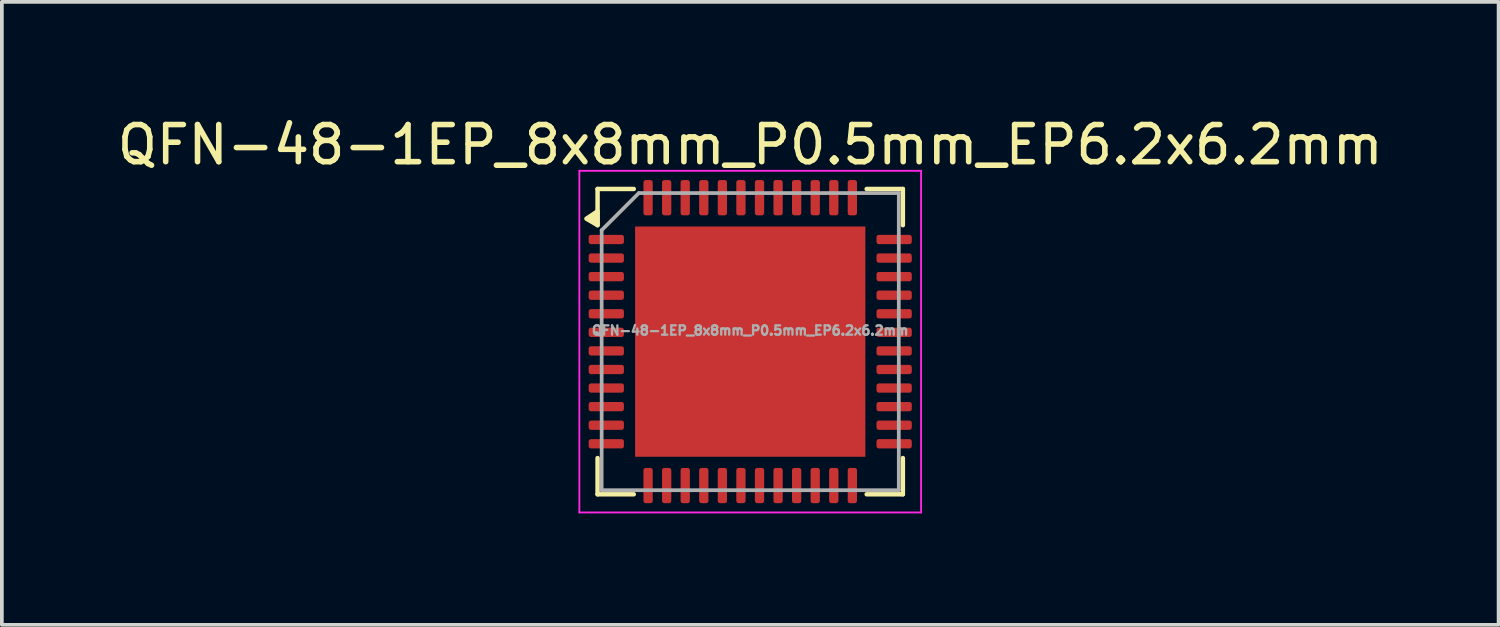
<source format=kicad_pcb>
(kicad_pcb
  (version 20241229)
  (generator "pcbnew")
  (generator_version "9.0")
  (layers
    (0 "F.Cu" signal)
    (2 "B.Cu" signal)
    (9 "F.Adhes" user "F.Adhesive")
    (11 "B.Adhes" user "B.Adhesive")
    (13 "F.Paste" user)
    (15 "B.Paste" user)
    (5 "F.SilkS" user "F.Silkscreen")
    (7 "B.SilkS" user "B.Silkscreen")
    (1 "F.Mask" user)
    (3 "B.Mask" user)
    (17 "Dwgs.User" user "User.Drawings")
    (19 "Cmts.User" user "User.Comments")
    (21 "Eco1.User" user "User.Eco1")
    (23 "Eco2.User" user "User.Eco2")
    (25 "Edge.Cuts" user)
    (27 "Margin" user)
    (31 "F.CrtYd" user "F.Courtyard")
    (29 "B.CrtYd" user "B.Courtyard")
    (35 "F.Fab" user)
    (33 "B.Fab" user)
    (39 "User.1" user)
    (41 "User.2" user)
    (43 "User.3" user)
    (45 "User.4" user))
  (footprint "QFN-48-1EP_8x8mm_P0.5mm_EP6.2x6.2mm"
    (layer "F.Cu")
    (at 17.149 6.148)
    (property "Reference" "QFN-48-1EP_8x8mm_P0.5mm_EP6.2x6.2mm" (at 0 -5.3 0) (layer "F.SilkS") (effects (font (size 1 1) (thickness 0.15))))
    (attr smd)
    (fp_line (start -4.11 -3.135) (end -4.11 -4.11) (stroke (width 0.12) (type solid)) (layer "F.SilkS"))
    (fp_line (start -4.11 4.11) (end -4.11 3.135) (stroke (width 0.12) (type solid)) (layer "F.SilkS"))
    (fp_line (start -3.135 -4.11) (end -4.11 -4.11) (stroke (width 0.12) (type solid)) (layer "F.SilkS"))
    (fp_line (start -3.135 4.11) (end -4.11 4.11) (stroke (width 0.12) (type solid)) (layer "F.SilkS"))
    (fp_line (start 3.135 -4.11) (end 4.11 -4.11) (stroke (width 0.12) (type solid)) (layer "F.SilkS"))
    (fp_line (start 3.135 4.11) (end 4.11 4.11) (stroke (width 0.12) (type solid)) (layer "F.SilkS"))
    (fp_line (start 4.11 -4.11) (end 4.11 -3.135) (stroke (width 0.12) (type solid)) (layer "F.SilkS"))
    (fp_line (start 4.11 4.11) (end 4.11 3.135) (stroke (width 0.12) (type solid)) (layer "F.SilkS"))
    (fp_poly (pts (xy -4.11 -3.135) (xy -4.41 -3.31) (xy -4.11 -3.51)) (stroke (width 0.12) (type solid)) (fill yes) (layer "F.SilkS"))
    (fp_line (start -4.6 -4.6) (end -4.6 4.6) (stroke (width 0.05) (type solid)) (layer "F.CrtYd"))
    (fp_line (start -4.6 4.6) (end 4.6 4.6) (stroke (width 0.05) (type solid)) (layer "F.CrtYd"))
    (fp_line (start 4.6 -4.6) (end -4.6 -4.6) (stroke (width 0.05) (type solid)) (layer "F.CrtYd"))
    (fp_line (start 4.6 4.6) (end 4.6 -4.6) (stroke (width 0.05) (type solid)) (layer "F.CrtYd"))
    (fp_line (start -4 -3) (end -3 -4) (stroke (width 0.1) (type solid)) (layer "F.Fab"))
    (fp_line (start -4 4) (end -4 -3) (stroke (width 0.1) (type solid)) (layer "F.Fab"))
    (fp_line (start -3 -4) (end 4 -4) (stroke (width 0.1) (type solid)) (layer "F.Fab"))
    (fp_line (start 4 -4) (end 4 4) (stroke (width 0.1) (type solid)) (layer "F.Fab"))
    (fp_line (start 4 4) (end -4 4) (stroke (width 0.1) (type solid)) (layer "F.Fab"))
    (fp_text user "${REFERENCE}" (at 0 -0.3 0) (layer "F.Fab") (effects (font (size 0.25 0.25) (thickness 0.062))))
    (pad "" smd roundrect (at -2.48 -2.48) (size 1 1) (layers "F.Paste") (roundrect_rratio 0.25))
    (pad "" smd roundrect (at -2.48 -1.24) (size 1 1) (layers "F.Paste") (roundrect_rratio 0.25))
    (pad "" smd roundrect (at -2.48 0) (size 1 1) (layers "F.Paste") (roundrect_rratio 0.25))
    (pad "" smd roundrect (at -2.48 1.24) (size 1 1) (layers "F.Paste") (roundrect_rratio 0.25))
    (pad "" smd roundrect (at -2.48 2.48) (size 1 1) (layers "F.Paste") (roundrect_rratio 0.25))
    (pad "" smd roundrect (at -1.24 -2.48) (size 1 1) (layers "F.Paste") (roundrect_rratio 0.25))
    (pad "" smd roundrect (at -1.24 -1.24) (size 1 1) (layers "F.Paste") (roundrect_rratio 0.25))
    (pad "" smd roundrect (at -1.24 0) (size 1 1) (layers "F.Paste") (roundrect_rratio 0.25))
    (pad "" smd roundrect (at -1.24 1.24) (size 1 1) (layers "F.Paste") (roundrect_rratio 0.25))
    (pad "" smd roundrect (at -1.24 2.48) (size 1 1) (layers "F.Paste") (roundrect_rratio 0.25))
    (pad "" smd roundrect (at 0 -2.48) (size 1 1) (layers "F.Paste") (roundrect_rratio 0.25))
    (pad "" smd roundrect (at 0 -1.24) (size 1 1) (layers "F.Paste") (roundrect_rratio 0.25))
    (pad "" smd roundrect (at 0 0) (size 1 1) (layers "F.Paste") (roundrect_rratio 0.25))
    (pad "" smd roundrect (at 0 1.24) (size 1 1) (layers "F.Paste") (roundrect_rratio 0.25))
    (pad "" smd roundrect (at 0 2.48) (size 1 1) (layers "F.Paste") (roundrect_rratio 0.25))
    (pad "" smd roundrect (at 1.24 -2.48) (size 1 1) (layers "F.Paste") (roundrect_rratio 0.25))
    (pad "" smd roundrect (at 1.24 -1.24) (size 1 1) (layers "F.Paste") (roundrect_rratio 0.25))
    (pad "" smd roundrect (at 1.24 0) (size 1 1) (layers "F.Paste") (roundrect_rratio 0.25))
    (pad "" smd roundrect (at 1.24 1.24) (size 1 1) (layers "F.Paste") (roundrect_rratio 0.25))
    (pad "" smd roundrect (at 1.24 2.48) (size 1 1) (layers "F.Paste") (roundrect_rratio 0.25))
    (pad "" smd roundrect (at 2.48 -2.48) (size 1 1) (layers "F.Paste") (roundrect_rratio 0.25))
    (pad "" smd roundrect (at 2.48 -1.24) (size 1 1) (layers "F.Paste") (roundrect_rratio 0.25))
    (pad "" smd roundrect (at 2.48 0) (size 1 1) (layers "F.Paste") (roundrect_rratio 0.25))
    (pad "" smd roundrect (at 2.48 1.24) (size 1 1) (layers "F.Paste") (roundrect_rratio 0.25))
    (pad "" smd roundrect (at 2.48 2.48) (size 1 1) (layers "F.Paste") (roundrect_rratio 0.25))
    (pad "1" smd roundrect (at -3.875 -2.75) (size 0.95 0.25) (layers "F.Cu" "F.Mask" "F.Paste") (roundrect_rratio 0.25))
    (pad "2" smd roundrect (at -3.875 -2.25) (size 0.95 0.25) (layers "F.Cu" "F.Mask" "F.Paste") (roundrect_rratio 0.25))
    (pad "3" smd roundrect (at -3.875 -1.75) (size 0.95 0.25) (layers "F.Cu" "F.Mask" "F.Paste") (roundrect_rratio 0.25))
    (pad "4" smd roundrect (at -3.875 -1.25) (size 0.95 0.25) (layers "F.Cu" "F.Mask" "F.Paste") (roundrect_rratio 0.25))
    (pad "5" smd roundrect (at -3.875 -0.75) (size 0.95 0.25) (layers "F.Cu" "F.Mask" "F.Paste") (roundrect_rratio 0.25))
    (pad "6" smd roundrect (at -3.875 -0.25) (size 0.95 0.25) (layers "F.Cu" "F.Mask" "F.Paste") (roundrect_rratio 0.25))
    (pad "7" smd roundrect (at -3.875 0.25) (size 0.95 0.25) (layers "F.Cu" "F.Mask" "F.Paste") (roundrect_rratio 0.25))
    (pad "8" smd roundrect (at -3.875 0.75) (size 0.95 0.25) (layers "F.Cu" "F.Mask" "F.Paste") (roundrect_rratio 0.25))
    (pad "9" smd roundrect (at -3.875 1.25) (size 0.95 0.25) (layers "F.Cu" "F.Mask" "F.Paste") (roundrect_rratio 0.25))
    (pad "10" smd roundrect (at -3.875 1.75) (size 0.95 0.25) (layers "F.Cu" "F.Mask" "F.Paste") (roundrect_rratio 0.25))
    (pad "11" smd roundrect (at -3.875 2.25) (size 0.95 0.25) (layers "F.Cu" "F.Mask" "F.Paste") (roundrect_rratio 0.25))
    (pad "12" smd roundrect (at -3.875 2.75) (size 0.95 0.25) (layers "F.Cu" "F.Mask" "F.Paste") (roundrect_rratio 0.25))
    (pad "13" smd roundrect (at -2.75 3.875) (size 0.25 0.95) (layers "F.Cu" "F.Mask" "F.Paste") (roundrect_rratio 0.25))
    (pad "14" smd roundrect (at -2.25 3.875) (size 0.25 0.95) (layers "F.Cu" "F.Mask" "F.Paste") (roundrect_rratio 0.25))
    (pad "15" smd roundrect (at -1.75 3.875) (size 0.25 0.95) (layers "F.Cu" "F.Mask" "F.Paste") (roundrect_rratio 0.25))
    (pad "16" smd roundrect (at -1.25 3.875) (size 0.25 0.95) (layers "F.Cu" "F.Mask" "F.Paste") (roundrect_rratio 0.25))
    (pad "17" smd roundrect (at -0.75 3.875) (size 0.25 0.95) (layers "F.Cu" "F.Mask" "F.Paste") (roundrect_rratio 0.25))
    (pad "18" smd roundrect (at -0.25 3.875) (size 0.25 0.95) (layers "F.Cu" "F.Mask" "F.Paste") (roundrect_rratio 0.25))
    (pad "19" smd roundrect (at 0.25 3.875) (size 0.25 0.95) (layers "F.Cu" "F.Mask" "F.Paste") (roundrect_rratio 0.25))
    (pad "20" smd roundrect (at 0.75 3.875) (size 0.25 0.95) (layers "F.Cu" "F.Mask" "F.Paste") (roundrect_rratio 0.25))
    (pad "21" smd roundrect (at 1.25 3.875) (size 0.25 0.95) (layers "F.Cu" "F.Mask" "F.Paste") (roundrect_rratio 0.25))
    (pad "22" smd roundrect (at 1.75 3.875) (size 0.25 0.95) (layers "F.Cu" "F.Mask" "F.Paste") (roundrect_rratio 0.25))
    (pad "23" smd roundrect (at 2.25 3.875) (size 0.25 0.95) (layers "F.Cu" "F.Mask" "F.Paste") (roundrect_rratio 0.25))
    (pad "24" smd roundrect (at 2.75 3.875) (size 0.25 0.95) (layers "F.Cu" "F.Mask" "F.Paste") (roundrect_rratio 0.25))
    (pad "25" smd roundrect (at 3.875 2.75) (size 0.95 0.25) (layers "F.Cu" "F.Mask" "F.Paste") (roundrect_rratio 0.25))
    (pad "26" smd roundrect (at 3.875 2.25) (size 0.95 0.25) (layers "F.Cu" "F.Mask" "F.Paste") (roundrect_rratio 0.25))
    (pad "27" smd roundrect (at 3.875 1.75) (size 0.95 0.25) (layers "F.Cu" "F.Mask" "F.Paste") (roundrect_rratio 0.25))
    (pad "28" smd roundrect (at 3.875 1.25) (size 0.95 0.25) (layers "F.Cu" "F.Mask" "F.Paste") (roundrect_rratio 0.25))
    (pad "29" smd roundrect (at 3.875 0.75) (size 0.95 0.25) (layers "F.Cu" "F.Mask" "F.Paste") (roundrect_rratio 0.25))
    (pad "30" smd roundrect (at 3.875 0.25) (size 0.95 0.25) (layers "F.Cu" "F.Mask" "F.Paste") (roundrect_rratio 0.25))
    (pad "31" smd roundrect (at 3.875 -0.25) (size 0.95 0.25) (layers "F.Cu" "F.Mask" "F.Paste") (roundrect_rratio 0.25))
    (pad "32" smd roundrect (at 3.875 -0.75) (size 0.95 0.25) (layers "F.Cu" "F.Mask" "F.Paste") (roundrect_rratio 0.25))
    (pad "33" smd roundrect (at 3.875 -1.25) (size 0.95 0.25) (layers "F.Cu" "F.Mask" "F.Paste") (roundrect_rratio 0.25))
    (pad "34" smd roundrect (at 3.875 -1.75) (size 0.95 0.25) (layers "F.Cu" "F.Mask" "F.Paste") (roundrect_rratio 0.25))
    (pad "35" smd roundrect (at 3.875 -2.25) (size 0.95 0.25) (layers "F.Cu" "F.Mask" "F.Paste") (roundrect_rratio 0.25))
    (pad "36" smd roundrect (at 3.875 -2.75) (size 0.95 0.25) (layers "F.Cu" "F.Mask" "F.Paste") (roundrect_rratio 0.25))
    (pad "37" smd roundrect (at 2.75 -3.875) (size 0.25 0.95) (layers "F.Cu" "F.Mask" "F.Paste") (roundrect_rratio 0.25))
    (pad "38" smd roundrect (at 2.25 -3.875) (size 0.25 0.95) (layers "F.Cu" "F.Mask" "F.Paste") (roundrect_rratio 0.25))
    (pad "39" smd roundrect (at 1.75 -3.875) (size 0.25 0.95) (layers "F.Cu" "F.Mask" "F.Paste") (roundrect_rratio 0.25))
    (pad "40" smd roundrect (at 1.25 -3.875) (size 0.25 0.95) (layers "F.Cu" "F.Mask" "F.Paste") (roundrect_rratio 0.25))
    (pad "41" smd roundrect (at 0.75 -3.875) (size 0.25 0.95) (layers "F.Cu" "F.Mask" "F.Paste") (roundrect_rratio 0.25))
    (pad "42" smd roundrect (at 0.25 -3.875) (size 0.25 0.95) (layers "F.Cu" "F.Mask" "F.Paste") (roundrect_rratio 0.25))
    (pad "43" smd roundrect (at -0.25 -3.875) (size 0.25 0.95) (layers "F.Cu" "F.Mask" "F.Paste") (roundrect_rratio 0.25))
    (pad "44" smd roundrect (at -0.75 -3.875) (size 0.25 0.95) (layers "F.Cu" "F.Mask" "F.Paste") (roundrect_rratio 0.25))
    (pad "45" smd roundrect (at -1.25 -3.875) (size 0.25 0.95) (layers "F.Cu" "F.Mask" "F.Paste") (roundrect_rratio 0.25))
    (pad "46" smd roundrect (at -1.75 -3.875) (size 0.25 0.95) (layers "F.Cu" "F.Mask" "F.Paste") (roundrect_rratio 0.25))
    (pad "47" smd roundrect (at -2.25 -3.875) (size 0.25 0.95) (layers "F.Cu" "F.Mask" "F.Paste") (roundrect_rratio 0.25))
    (pad "48" smd roundrect (at -2.75 -3.875) (size 0.25 0.95) (layers "F.Cu" "F.Mask" "F.Paste") (roundrect_rratio 0.25))
    (pad "49" smd rect (at 0 0) (size 6.2 6.2) (layers "F.Cu" "F.Mask")))
  (gr_rect
    (start -3 -3)
    (end 37.298 13.773)
    (stroke (width 0.1) (type default))
    (fill no)
    (layer "Edge.Cuts")))
</source>
